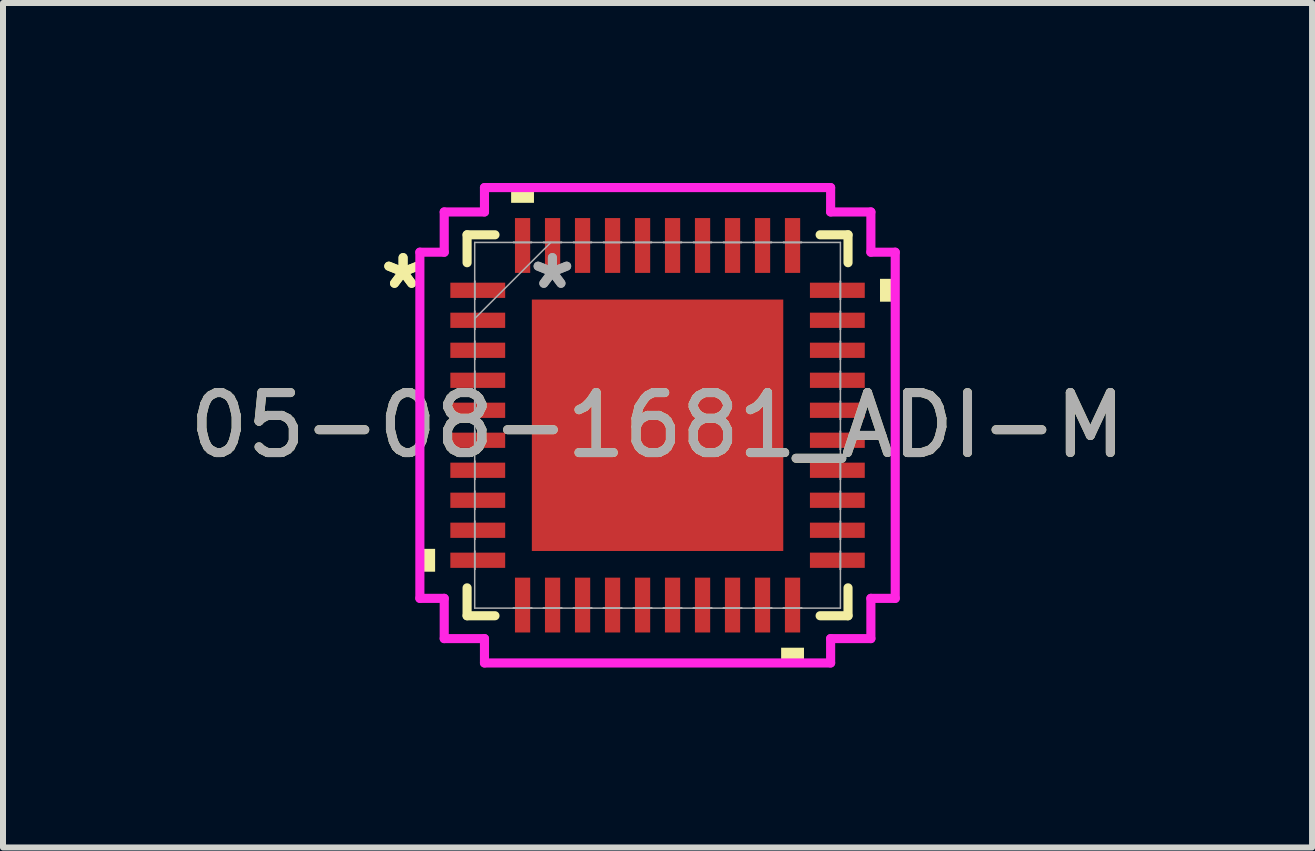
<source format=kicad_pcb>
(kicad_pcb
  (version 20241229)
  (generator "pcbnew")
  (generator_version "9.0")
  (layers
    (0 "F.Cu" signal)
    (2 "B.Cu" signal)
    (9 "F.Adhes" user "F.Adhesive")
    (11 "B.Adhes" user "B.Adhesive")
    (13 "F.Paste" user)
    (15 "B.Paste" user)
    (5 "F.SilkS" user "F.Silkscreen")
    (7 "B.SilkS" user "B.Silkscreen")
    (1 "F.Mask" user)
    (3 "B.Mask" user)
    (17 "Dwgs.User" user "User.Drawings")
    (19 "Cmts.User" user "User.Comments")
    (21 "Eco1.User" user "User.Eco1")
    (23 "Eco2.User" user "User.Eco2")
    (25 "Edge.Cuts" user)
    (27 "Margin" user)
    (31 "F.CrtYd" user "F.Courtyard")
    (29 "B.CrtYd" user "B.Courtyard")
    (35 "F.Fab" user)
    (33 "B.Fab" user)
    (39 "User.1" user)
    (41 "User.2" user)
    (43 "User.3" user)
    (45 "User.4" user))
  (footprint "05-08-1681_ADI-M"
    (layer "F.Cu")
    (at 7.911 4.039)
    (property "Reference" "05-08-1681_ADI-M" (at 0 0 0) (unlocked yes) (layer "F.SilkS") (effects (font (size 1 1) (thickness 0.15))))
    (attr smd)
    (fp_line (start -3.175 -3.175) (end -3.175 -2.71) (stroke (width 0.152) (type solid)) (layer "F.SilkS"))
    (fp_line (start -3.175 2.71) (end -3.175 3.175) (stroke (width 0.152) (type solid)) (layer "F.SilkS"))
    (fp_line (start -3.175 3.175) (end -2.71 3.175) (stroke (width 0.152) (type solid)) (layer "F.SilkS"))
    (fp_line (start -2.71 -3.175) (end -3.175 -3.175) (stroke (width 0.152) (type solid)) (layer "F.SilkS"))
    (fp_line (start 2.71 3.175) (end 3.175 3.175) (stroke (width 0.152) (type solid)) (layer "F.SilkS"))
    (fp_line (start 3.175 -3.175) (end 2.71 -3.175) (stroke (width 0.152) (type solid)) (layer "F.SilkS"))
    (fp_line (start 3.175 -2.71) (end 3.175 -3.175) (stroke (width 0.152) (type solid)) (layer "F.SilkS"))
    (fp_line (start 3.175 3.175) (end 3.175 2.71) (stroke (width 0.152) (type solid)) (layer "F.SilkS"))
    (fp_poly (pts (xy -3.962 2.06) (xy -3.962 2.441) (xy -3.708 2.441) (xy -3.708 2.06)) (stroke (width 0) (type solid)) (fill yes) (layer "F.SilkS"))
    (fp_poly (pts (xy -2.441 -3.708) (xy -2.441 -3.962) (xy -2.06 -3.962) (xy -2.06 -3.708)) (stroke (width 0) (type solid)) (fill yes) (layer "F.SilkS"))
    (fp_poly (pts (xy 2.06 3.708) (xy 2.06 3.962) (xy 2.441 3.962) (xy 2.441 3.708)) (stroke (width 0) (type solid)) (fill yes) (layer "F.SilkS"))
    (fp_poly (pts (xy 3.962 -2.441) (xy 3.962 -2.06) (xy 3.708 -2.06) (xy 3.708 -2.441)) (stroke (width 0) (type solid)) (fill yes) (layer "F.SilkS"))
    (fp_line (start -3.962 -2.885) (end -3.556 -2.885) (stroke (width 0.152) (type solid)) (layer "F.CrtYd"))
    (fp_line (start -3.962 2.885) (end -3.962 -2.885) (stroke (width 0.152) (type solid)) (layer "F.CrtYd"))
    (fp_line (start -3.556 -3.556) (end -2.885 -3.556) (stroke (width 0.152) (type solid)) (layer "F.CrtYd"))
    (fp_line (start -3.556 -2.885) (end -3.556 -3.556) (stroke (width 0.152) (type solid)) (layer "F.CrtYd"))
    (fp_line (start -3.556 2.885) (end -3.962 2.885) (stroke (width 0.152) (type solid)) (layer "F.CrtYd"))
    (fp_line (start -3.556 3.556) (end -3.556 2.885) (stroke (width 0.152) (type solid)) (layer "F.CrtYd"))
    (fp_line (start -2.885 -3.962) (end 2.885 -3.962) (stroke (width 0.152) (type solid)) (layer "F.CrtYd"))
    (fp_line (start -2.885 -3.556) (end -2.885 -3.962) (stroke (width 0.152) (type solid)) (layer "F.CrtYd"))
    (fp_line (start -2.885 3.556) (end -3.556 3.556) (stroke (width 0.152) (type solid)) (layer "F.CrtYd"))
    (fp_line (start -2.885 3.962) (end -2.885 3.556) (stroke (width 0.152) (type solid)) (layer "F.CrtYd"))
    (fp_line (start 2.885 -3.962) (end 2.885 -3.556) (stroke (width 0.152) (type solid)) (layer "F.CrtYd"))
    (fp_line (start 2.885 -3.556) (end 3.556 -3.556) (stroke (width 0.152) (type solid)) (layer "F.CrtYd"))
    (fp_line (start 2.885 3.556) (end 2.885 3.962) (stroke (width 0.152) (type solid)) (layer "F.CrtYd"))
    (fp_line (start 2.885 3.962) (end -2.885 3.962) (stroke (width 0.152) (type solid)) (layer "F.CrtYd"))
    (fp_line (start 3.556 -3.556) (end 3.556 -2.885) (stroke (width 0.152) (type solid)) (layer "F.CrtYd"))
    (fp_line (start 3.556 -2.885) (end 3.962 -2.885) (stroke (width 0.152) (type solid)) (layer "F.CrtYd"))
    (fp_line (start 3.556 2.885) (end 3.556 3.556) (stroke (width 0.152) (type solid)) (layer "F.CrtYd"))
    (fp_line (start 3.556 3.556) (end 2.885 3.556) (stroke (width 0.152) (type solid)) (layer "F.CrtYd"))
    (fp_line (start 3.962 -2.885) (end 3.962 2.885) (stroke (width 0.152) (type solid)) (layer "F.CrtYd"))
    (fp_line (start 3.962 2.885) (end 3.556 2.885) (stroke (width 0.152) (type solid)) (layer "F.CrtYd"))
    (fp_line (start -3.048 -3.048) (end -3.048 3.048) (stroke (width 0.025) (type solid)) (layer "F.Fab"))
    (fp_line (start -3.048 -2.402) (end -3.048 -2.402) (stroke (width 0.025) (type solid)) (layer "F.Fab"))
    (fp_line (start -3.048 -2.402) (end -3.048 -2.098) (stroke (width 0.025) (type solid)) (layer "F.Fab"))
    (fp_line (start -3.048 -2.098) (end -3.048 -2.402) (stroke (width 0.025) (type solid)) (layer "F.Fab"))
    (fp_line (start -3.048 -2.098) (end -3.048 -2.098) (stroke (width 0.025) (type solid)) (layer "F.Fab"))
    (fp_line (start -3.048 -1.902) (end -3.048 -1.902) (stroke (width 0.025) (type solid)) (layer "F.Fab"))
    (fp_line (start -3.048 -1.902) (end -3.048 -1.598) (stroke (width 0.025) (type solid)) (layer "F.Fab"))
    (fp_line (start -3.048 -1.778) (end -1.778 -3.048) (stroke (width 0.025) (type solid)) (layer "F.Fab"))
    (fp_line (start -3.048 -1.598) (end -3.048 -1.902) (stroke (width 0.025) (type solid)) (layer "F.Fab"))
    (fp_line (start -3.048 -1.598) (end -3.048 -1.598) (stroke (width 0.025) (type solid)) (layer "F.Fab"))
    (fp_line (start -3.048 -1.402) (end -3.048 -1.402) (stroke (width 0.025) (type solid)) (layer "F.Fab"))
    (fp_line (start -3.048 -1.402) (end -3.048 -1.098) (stroke (width 0.025) (type solid)) (layer "F.Fab"))
    (fp_line (start -3.048 -1.098) (end -3.048 -1.402) (stroke (width 0.025) (type solid)) (layer "F.Fab"))
    (fp_line (start -3.048 -1.098) (end -3.048 -1.098) (stroke (width 0.025) (type solid)) (layer "F.Fab"))
    (fp_line (start -3.048 -0.902) (end -3.048 -0.902) (stroke (width 0.025) (type solid)) (layer "F.Fab"))
    (fp_line (start -3.048 -0.902) (end -3.048 -0.598) (stroke (width 0.025) (type solid)) (layer "F.Fab"))
    (fp_line (start -3.048 -0.598) (end -3.048 -0.902) (stroke (width 0.025) (type solid)) (layer "F.Fab"))
    (fp_line (start -3.048 -0.598) (end -3.048 -0.598) (stroke (width 0.025) (type solid)) (layer "F.Fab"))
    (fp_line (start -3.048 -0.402) (end -3.048 -0.402) (stroke (width 0.025) (type solid)) (layer "F.Fab"))
    (fp_line (start -3.048 -0.402) (end -3.048 -0.098) (stroke (width 0.025) (type solid)) (layer "F.Fab"))
    (fp_line (start -3.048 -0.098) (end -3.048 -0.402) (stroke (width 0.025) (type solid)) (layer "F.Fab"))
    (fp_line (start -3.048 -0.098) (end -3.048 -0.098) (stroke (width 0.025) (type solid)) (layer "F.Fab"))
    (fp_line (start -3.048 0.098) (end -3.048 0.098) (stroke (width 0.025) (type solid)) (layer "F.Fab"))
    (fp_line (start -3.048 0.098) (end -3.048 0.402) (stroke (width 0.025) (type solid)) (layer "F.Fab"))
    (fp_line (start -3.048 0.402) (end -3.048 0.098) (stroke (width 0.025) (type solid)) (layer "F.Fab"))
    (fp_line (start -3.048 0.402) (end -3.048 0.402) (stroke (width 0.025) (type solid)) (layer "F.Fab"))
    (fp_line (start -3.048 0.598) (end -3.048 0.598) (stroke (width 0.025) (type solid)) (layer "F.Fab"))
    (fp_line (start -3.048 0.598) (end -3.048 0.902) (stroke (width 0.025) (type solid)) (layer "F.Fab"))
    (fp_line (start -3.048 0.902) (end -3.048 0.598) (stroke (width 0.025) (type solid)) (layer "F.Fab"))
    (fp_line (start -3.048 0.902) (end -3.048 0.902) (stroke (width 0.025) (type solid)) (layer "F.Fab"))
    (fp_line (start -3.048 1.098) (end -3.048 1.098) (stroke (width 0.025) (type solid)) (layer "F.Fab"))
    (fp_line (start -3.048 1.098) (end -3.048 1.402) (stroke (width 0.025) (type solid)) (layer "F.Fab"))
    (fp_line (start -3.048 1.402) (end -3.048 1.098) (stroke (width 0.025) (type solid)) (layer "F.Fab"))
    (fp_line (start -3.048 1.402) (end -3.048 1.402) (stroke (width 0.025) (type solid)) (layer "F.Fab"))
    (fp_line (start -3.048 1.598) (end -3.048 1.598) (stroke (width 0.025) (type solid)) (layer "F.Fab"))
    (fp_line (start -3.048 1.598) (end -3.048 1.902) (stroke (width 0.025) (type solid)) (layer "F.Fab"))
    (fp_line (start -3.048 1.902) (end -3.048 1.598) (stroke (width 0.025) (type solid)) (layer "F.Fab"))
    (fp_line (start -3.048 1.902) (end -3.048 1.902) (stroke (width 0.025) (type solid)) (layer "F.Fab"))
    (fp_line (start -3.048 2.098) (end -3.048 2.098) (stroke (width 0.025) (type solid)) (layer "F.Fab"))
    (fp_line (start -3.048 2.098) (end -3.048 2.402) (stroke (width 0.025) (type solid)) (layer "F.Fab"))
    (fp_line (start -3.048 2.402) (end -3.048 2.098) (stroke (width 0.025) (type solid)) (layer "F.Fab"))
    (fp_line (start -3.048 2.402) (end -3.048 2.402) (stroke (width 0.025) (type solid)) (layer "F.Fab"))
    (fp_line (start -3.048 3.048) (end 3.048 3.048) (stroke (width 0.025) (type solid)) (layer "F.Fab"))
    (fp_line (start -2.402 -3.048) (end -2.402 -3.048) (stroke (width 0.025) (type solid)) (layer "F.Fab"))
    (fp_line (start -2.402 -3.048) (end -2.098 -3.048) (stroke (width 0.025) (type solid)) (layer "F.Fab"))
    (fp_line (start -2.402 3.048) (end -2.402 3.048) (stroke (width 0.025) (type solid)) (layer "F.Fab"))
    (fp_line (start -2.402 3.048) (end -2.098 3.048) (stroke (width 0.025) (type solid)) (layer "F.Fab"))
    (fp_line (start -2.098 -3.048) (end -2.402 -3.048) (stroke (width 0.025) (type solid)) (layer "F.Fab"))
    (fp_line (start -2.098 -3.048) (end -2.098 -3.048) (stroke (width 0.025) (type solid)) (layer "F.Fab"))
    (fp_line (start -2.098 3.048) (end -2.402 3.048) (stroke (width 0.025) (type solid)) (layer "F.Fab"))
    (fp_line (start -2.098 3.048) (end -2.098 3.048) (stroke (width 0.025) (type solid)) (layer "F.Fab"))
    (fp_line (start -1.902 -3.048) (end -1.902 -3.048) (stroke (width 0.025) (type solid)) (layer "F.Fab"))
    (fp_line (start -1.902 -3.048) (end -1.598 -3.048) (stroke (width 0.025) (type solid)) (layer "F.Fab"))
    (fp_line (start -1.902 3.048) (end -1.902 3.048) (stroke (width 0.025) (type solid)) (layer "F.Fab"))
    (fp_line (start -1.902 3.048) (end -1.598 3.048) (stroke (width 0.025) (type solid)) (layer "F.Fab"))
    (fp_line (start -1.598 -3.048) (end -1.902 -3.048) (stroke (width 0.025) (type solid)) (layer "F.Fab"))
    (fp_line (start -1.598 -3.048) (end -1.598 -3.048) (stroke (width 0.025) (type solid)) (layer "F.Fab"))
    (fp_line (start -1.598 3.048) (end -1.902 3.048) (stroke (width 0.025) (type solid)) (layer "F.Fab"))
    (fp_line (start -1.598 3.048) (end -1.598 3.048) (stroke (width 0.025) (type solid)) (layer "F.Fab"))
    (fp_line (start -1.402 -3.048) (end -1.402 -3.048) (stroke (width 0.025) (type solid)) (layer "F.Fab"))
    (fp_line (start -1.402 -3.048) (end -1.098 -3.048) (stroke (width 0.025) (type solid)) (layer "F.Fab"))
    (fp_line (start -1.402 3.048) (end -1.402 3.048) (stroke (width 0.025) (type solid)) (layer "F.Fab"))
    (fp_line (start -1.402 3.048) (end -1.098 3.048) (stroke (width 0.025) (type solid)) (layer "F.Fab"))
    (fp_line (start -1.098 -3.048) (end -1.402 -3.048) (stroke (width 0.025) (type solid)) (layer "F.Fab"))
    (fp_line (start -1.098 -3.048) (end -1.098 -3.048) (stroke (width 0.025) (type solid)) (layer "F.Fab"))
    (fp_line (start -1.098 3.048) (end -1.402 3.048) (stroke (width 0.025) (type solid)) (layer "F.Fab"))
    (fp_line (start -1.098 3.048) (end -1.098 3.048) (stroke (width 0.025) (type solid)) (layer "F.Fab"))
    (fp_line (start -0.902 -3.048) (end -0.902 -3.048) (stroke (width 0.025) (type solid)) (layer "F.Fab"))
    (fp_line (start -0.902 -3.048) (end -0.598 -3.048) (stroke (width 0.025) (type solid)) (layer "F.Fab"))
    (fp_line (start -0.902 3.048) (end -0.902 3.048) (stroke (width 0.025) (type solid)) (layer "F.Fab"))
    (fp_line (start -0.902 3.048) (end -0.598 3.048) (stroke (width 0.025) (type solid)) (layer "F.Fab"))
    (fp_line (start -0.598 -3.048) (end -0.902 -3.048) (stroke (width 0.025) (type solid)) (layer "F.Fab"))
    (fp_line (start -0.598 -3.048) (end -0.598 -3.048) (stroke (width 0.025) (type solid)) (layer "F.Fab"))
    (fp_line (start -0.598 3.048) (end -0.902 3.048) (stroke (width 0.025) (type solid)) (layer "F.Fab"))
    (fp_line (start -0.598 3.048) (end -0.598 3.048) (stroke (width 0.025) (type solid)) (layer "F.Fab"))
    (fp_line (start -0.402 -3.048) (end -0.402 -3.048) (stroke (width 0.025) (type solid)) (layer "F.Fab"))
    (fp_line (start -0.402 -3.048) (end -0.098 -3.048) (stroke (width 0.025) (type solid)) (layer "F.Fab"))
    (fp_line (start -0.402 3.048) (end -0.402 3.048) (stroke (width 0.025) (type solid)) (layer "F.Fab"))
    (fp_line (start -0.402 3.048) (end -0.098 3.048) (stroke (width 0.025) (type solid)) (layer "F.Fab"))
    (fp_line (start -0.098 -3.048) (end -0.402 -3.048) (stroke (width 0.025) (type solid)) (layer "F.Fab"))
    (fp_line (start -0.098 -3.048) (end -0.098 -3.048) (stroke (width 0.025) (type solid)) (layer "F.Fab"))
    (fp_line (start -0.098 3.048) (end -0.402 3.048) (stroke (width 0.025) (type solid)) (layer "F.Fab"))
    (fp_line (start -0.098 3.048) (end -0.098 3.048) (stroke (width 0.025) (type solid)) (layer "F.Fab"))
    (fp_line (start 0.098 -3.048) (end 0.098 -3.048) (stroke (width 0.025) (type solid)) (layer "F.Fab"))
    (fp_line (start 0.098 -3.048) (end 0.402 -3.048) (stroke (width 0.025) (type solid)) (layer "F.Fab"))
    (fp_line (start 0.098 3.048) (end 0.098 3.048) (stroke (width 0.025) (type solid)) (layer "F.Fab"))
    (fp_line (start 0.098 3.048) (end 0.402 3.048) (stroke (width 0.025) (type solid)) (layer "F.Fab"))
    (fp_line (start 0.402 -3.048) (end 0.098 -3.048) (stroke (width 0.025) (type solid)) (layer "F.Fab"))
    (fp_line (start 0.402 -3.048) (end 0.402 -3.048) (stroke (width 0.025) (type solid)) (layer "F.Fab"))
    (fp_line (start 0.402 3.048) (end 0.098 3.048) (stroke (width 0.025) (type solid)) (layer "F.Fab"))
    (fp_line (start 0.402 3.048) (end 0.402 3.048) (stroke (width 0.025) (type solid)) (layer "F.Fab"))
    (fp_line (start 0.598 -3.048) (end 0.598 -3.048) (stroke (width 0.025) (type solid)) (layer "F.Fab"))
    (fp_line (start 0.598 -3.048) (end 0.902 -3.048) (stroke (width 0.025) (type solid)) (layer "F.Fab"))
    (fp_line (start 0.598 3.048) (end 0.598 3.048) (stroke (width 0.025) (type solid)) (layer "F.Fab"))
    (fp_line (start 0.598 3.048) (end 0.902 3.048) (stroke (width 0.025) (type solid)) (layer "F.Fab"))
    (fp_line (start 0.902 -3.048) (end 0.598 -3.048) (stroke (width 0.025) (type solid)) (layer "F.Fab"))
    (fp_line (start 0.902 -3.048) (end 0.902 -3.048) (stroke (width 0.025) (type solid)) (layer "F.Fab"))
    (fp_line (start 0.902 3.048) (end 0.598 3.048) (stroke (width 0.025) (type solid)) (layer "F.Fab"))
    (fp_line (start 0.902 3.048) (end 0.902 3.048) (stroke (width 0.025) (type solid)) (layer "F.Fab"))
    (fp_line (start 1.098 -3.048) (end 1.098 -3.048) (stroke (width 0.025) (type solid)) (layer "F.Fab"))
    (fp_line (start 1.098 -3.048) (end 1.402 -3.048) (stroke (width 0.025) (type solid)) (layer "F.Fab"))
    (fp_line (start 1.098 3.048) (end 1.098 3.048) (stroke (width 0.025) (type solid)) (layer "F.Fab"))
    (fp_line (start 1.098 3.048) (end 1.402 3.048) (stroke (width 0.025) (type solid)) (layer "F.Fab"))
    (fp_line (start 1.402 -3.048) (end 1.098 -3.048) (stroke (width 0.025) (type solid)) (layer "F.Fab"))
    (fp_line (start 1.402 -3.048) (end 1.402 -3.048) (stroke (width 0.025) (type solid)) (layer "F.Fab"))
    (fp_line (start 1.402 3.048) (end 1.098 3.048) (stroke (width 0.025) (type solid)) (layer "F.Fab"))
    (fp_line (start 1.402 3.048) (end 1.402 3.048) (stroke (width 0.025) (type solid)) (layer "F.Fab"))
    (fp_line (start 1.598 -3.048) (end 1.598 -3.048) (stroke (width 0.025) (type solid)) (layer "F.Fab"))
    (fp_line (start 1.598 -3.048) (end 1.902 -3.048) (stroke (width 0.025) (type solid)) (layer "F.Fab"))
    (fp_line (start 1.598 3.048) (end 1.598 3.048) (stroke (width 0.025) (type solid)) (layer "F.Fab"))
    (fp_line (start 1.598 3.048) (end 1.902 3.048) (stroke (width 0.025) (type solid)) (layer "F.Fab"))
    (fp_line (start 1.902 -3.048) (end 1.598 -3.048) (stroke (width 0.025) (type solid)) (layer "F.Fab"))
    (fp_line (start 1.902 -3.048) (end 1.902 -3.048) (stroke (width 0.025) (type solid)) (layer "F.Fab"))
    (fp_line (start 1.902 3.048) (end 1.598 3.048) (stroke (width 0.025) (type solid)) (layer "F.Fab"))
    (fp_line (start 1.902 3.048) (end 1.902 3.048) (stroke (width 0.025) (type solid)) (layer "F.Fab"))
    (fp_line (start 2.098 -3.048) (end 2.098 -3.048) (stroke (width 0.025) (type solid)) (layer "F.Fab"))
    (fp_line (start 2.098 -3.048) (end 2.402 -3.048) (stroke (width 0.025) (type solid)) (layer "F.Fab"))
    (fp_line (start 2.098 3.048) (end 2.098 3.048) (stroke (width 0.025) (type solid)) (layer "F.Fab"))
    (fp_line (start 2.098 3.048) (end 2.402 3.048) (stroke (width 0.025) (type solid)) (layer "F.Fab"))
    (fp_line (start 2.402 -3.048) (end 2.098 -3.048) (stroke (width 0.025) (type solid)) (layer "F.Fab"))
    (fp_line (start 2.402 -3.048) (end 2.402 -3.048) (stroke (width 0.025) (type solid)) (layer "F.Fab"))
    (fp_line (start 2.402 3.048) (end 2.098 3.048) (stroke (width 0.025) (type solid)) (layer "F.Fab"))
    (fp_line (start 2.402 3.048) (end 2.402 3.048) (stroke (width 0.025) (type solid)) (layer "F.Fab"))
    (fp_line (start 3.048 -3.048) (end -3.048 -3.048) (stroke (width 0.025) (type solid)) (layer "F.Fab"))
    (fp_line (start 3.048 -2.402) (end 3.048 -2.402) (stroke (width 0.025) (type solid)) (layer "F.Fab"))
    (fp_line (start 3.048 -2.402) (end 3.048 -2.098) (stroke (width 0.025) (type solid)) (layer "F.Fab"))
    (fp_line (start 3.048 -2.098) (end 3.048 -2.402) (stroke (width 0.025) (type solid)) (layer "F.Fab"))
    (fp_line (start 3.048 -2.098) (end 3.048 -2.098) (stroke (width 0.025) (type solid)) (layer "F.Fab"))
    (fp_line (start 3.048 -1.902) (end 3.048 -1.902) (stroke (width 0.025) (type solid)) (layer "F.Fab"))
    (fp_line (start 3.048 -1.902) (end 3.048 -1.598) (stroke (width 0.025) (type solid)) (layer "F.Fab"))
    (fp_line (start 3.048 -1.598) (end 3.048 -1.902) (stroke (width 0.025) (type solid)) (layer "F.Fab"))
    (fp_line (start 3.048 -1.598) (end 3.048 -1.598) (stroke (width 0.025) (type solid)) (layer "F.Fab"))
    (fp_line (start 3.048 -1.402) (end 3.048 -1.402) (stroke (width 0.025) (type solid)) (layer "F.Fab"))
    (fp_line (start 3.048 -1.402) (end 3.048 -1.098) (stroke (width 0.025) (type solid)) (layer "F.Fab"))
    (fp_line (start 3.048 -1.098) (end 3.048 -1.402) (stroke (width 0.025) (type solid)) (layer "F.Fab"))
    (fp_line (start 3.048 -1.098) (end 3.048 -1.098) (stroke (width 0.025) (type solid)) (layer "F.Fab"))
    (fp_line (start 3.048 -0.902) (end 3.048 -0.902) (stroke (width 0.025) (type solid)) (layer "F.Fab"))
    (fp_line (start 3.048 -0.902) (end 3.048 -0.598) (stroke (width 0.025) (type solid)) (layer "F.Fab"))
    (fp_line (start 3.048 -0.598) (end 3.048 -0.902) (stroke (width 0.025) (type solid)) (layer "F.Fab"))
    (fp_line (start 3.048 -0.598) (end 3.048 -0.598) (stroke (width 0.025) (type solid)) (layer "F.Fab"))
    (fp_line (start 3.048 -0.402) (end 3.048 -0.402) (stroke (width 0.025) (type solid)) (layer "F.Fab"))
    (fp_line (start 3.048 -0.402) (end 3.048 -0.098) (stroke (width 0.025) (type solid)) (layer "F.Fab"))
    (fp_line (start 3.048 -0.098) (end 3.048 -0.402) (stroke (width 0.025) (type solid)) (layer "F.Fab"))
    (fp_line (start 3.048 -0.098) (end 3.048 -0.098) (stroke (width 0.025) (type solid)) (layer "F.Fab"))
    (fp_line (start 3.048 0.098) (end 3.048 0.098) (stroke (width 0.025) (type solid)) (layer "F.Fab"))
    (fp_line (start 3.048 0.098) (end 3.048 0.402) (stroke (width 0.025) (type solid)) (layer "F.Fab"))
    (fp_line (start 3.048 0.402) (end 3.048 0.098) (stroke (width 0.025) (type solid)) (layer "F.Fab"))
    (fp_line (start 3.048 0.402) (end 3.048 0.402) (stroke (width 0.025) (type solid)) (layer "F.Fab"))
    (fp_line (start 3.048 0.598) (end 3.048 0.598) (stroke (width 0.025) (type solid)) (layer "F.Fab"))
    (fp_line (start 3.048 0.598) (end 3.048 0.902) (stroke (width 0.025) (type solid)) (layer "F.Fab"))
    (fp_line (start 3.048 0.902) (end 3.048 0.598) (stroke (width 0.025) (type solid)) (layer "F.Fab"))
    (fp_line (start 3.048 0.902) (end 3.048 0.902) (stroke (width 0.025) (type solid)) (layer "F.Fab"))
    (fp_line (start 3.048 1.098) (end 3.048 1.098) (stroke (width 0.025) (type solid)) (layer "F.Fab"))
    (fp_line (start 3.048 1.098) (end 3.048 1.402) (stroke (width 0.025) (type solid)) (layer "F.Fab"))
    (fp_line (start 3.048 1.402) (end 3.048 1.098) (stroke (width 0.025) (type solid)) (layer "F.Fab"))
    (fp_line (start 3.048 1.402) (end 3.048 1.402) (stroke (width 0.025) (type solid)) (layer "F.Fab"))
    (fp_line (start 3.048 1.598) (end 3.048 1.598) (stroke (width 0.025) (type solid)) (layer "F.Fab"))
    (fp_line (start 3.048 1.598) (end 3.048 1.902) (stroke (width 0.025) (type solid)) (layer "F.Fab"))
    (fp_line (start 3.048 1.902) (end 3.048 1.598) (stroke (width 0.025) (type solid)) (layer "F.Fab"))
    (fp_line (start 3.048 1.902) (end 3.048 1.902) (stroke (width 0.025) (type solid)) (layer "F.Fab"))
    (fp_line (start 3.048 2.098) (end 3.048 2.098) (stroke (width 0.025) (type solid)) (layer "F.Fab"))
    (fp_line (start 3.048 2.098) (end 3.048 2.402) (stroke (width 0.025) (type solid)) (layer "F.Fab"))
    (fp_line (start 3.048 2.402) (end 3.048 2.098) (stroke (width 0.025) (type solid)) (layer "F.Fab"))
    (fp_line (start 3.048 2.402) (end 3.048 2.402) (stroke (width 0.025) (type solid)) (layer "F.Fab"))
    (fp_line (start 3.048 3.048) (end 3.048 -3.048) (stroke (width 0.025) (type solid)) (layer "F.Fab"))
    (fp_text user "*" (at -4.242 -2.25 0) (layer "F.SilkS") (effects (font (size 1 1) (thickness 0.15))))
    (fp_text user "*" (at -4.242 -2.25 0) (unlocked yes) (layer "F.SilkS") (effects (font (size 1 1) (thickness 0.15))))
    (fp_text user "*" (at -1.753 -2.25 0) (unlocked yes) (layer "F.Fab") (effects (font (size 1 1) (thickness 0.15))))
    (fp_text user "*" (at -1.753 -2.25 0) (layer "F.Fab") (effects (font (size 1 1) (thickness 0.15))))
    (fp_text user "${REFERENCE}" (at 0 0 0) (unlocked yes) (layer "F.Fab") (effects (font (size 1 1) (thickness 0.15))))
    (pad "1" smd rect (at -2.997 -2.25 90) (size 0.254 0.914) (layers "F.Cu" "F.Mask" "F.Paste"))
    (pad "2" smd rect (at -2.997 -1.75 90) (size 0.254 0.914) (layers "F.Cu" "F.Mask" "F.Paste"))
    (pad "3" smd rect (at -2.997 -1.25 90) (size 0.254 0.914) (layers "F.Cu" "F.Mask" "F.Paste"))
    (pad "4" smd rect (at -2.997 -0.75 90) (size 0.254 0.914) (layers "F.Cu" "F.Mask" "F.Paste"))
    (pad "5" smd rect (at -2.997 -0.25 90) (size 0.254 0.914) (layers "F.Cu" "F.Mask" "F.Paste"))
    (pad "6" smd rect (at -2.997 0.25 90) (size 0.254 0.914) (layers "F.Cu" "F.Mask" "F.Paste"))
    (pad "7" smd rect (at -2.997 0.75 90) (size 0.254 0.914) (layers "F.Cu" "F.Mask" "F.Paste"))
    (pad "8" smd rect (at -2.997 1.25 90) (size 0.254 0.914) (layers "F.Cu" "F.Mask" "F.Paste"))
    (pad "9" smd rect (at -2.997 1.75 90) (size 0.254 0.914) (layers "F.Cu" "F.Mask" "F.Paste"))
    (pad "10" smd rect (at -2.997 2.25 90) (size 0.254 0.914) (layers "F.Cu" "F.Mask" "F.Paste"))
    (pad "11" smd rect (at -2.25 2.997) (size 0.254 0.914) (layers "F.Cu" "F.Mask" "F.Paste"))
    (pad "12" smd rect (at -1.75 2.997) (size 0.254 0.914) (layers "F.Cu" "F.Mask" "F.Paste"))
    (pad "13" smd rect (at -1.25 2.997) (size 0.254 0.914) (layers "F.Cu" "F.Mask" "F.Paste"))
    (pad "14" smd rect (at -0.75 2.997) (size 0.254 0.914) (layers "F.Cu" "F.Mask" "F.Paste"))
    (pad "15" smd rect (at -0.25 2.997) (size 0.254 0.914) (layers "F.Cu" "F.Mask" "F.Paste"))
    (pad "16" smd rect (at 0.25 2.997) (size 0.254 0.914) (layers "F.Cu" "F.Mask" "F.Paste"))
    (pad "17" smd rect (at 0.75 2.997) (size 0.254 0.914) (layers "F.Cu" "F.Mask" "F.Paste"))
    (pad "18" smd rect (at 1.25 2.997) (size 0.254 0.914) (layers "F.Cu" "F.Mask" "F.Paste"))
    (pad "19" smd rect (at 1.75 2.997) (size 0.254 0.914) (layers "F.Cu" "F.Mask" "F.Paste"))
    (pad "20" smd rect (at 2.25 2.997) (size 0.254 0.914) (layers "F.Cu" "F.Mask" "F.Paste"))
    (pad "21" smd rect (at 2.997 2.25 90) (size 0.254 0.914) (layers "F.Cu" "F.Mask" "F.Paste"))
    (pad "22" smd rect (at 2.997 1.75 90) (size 0.254 0.914) (layers "F.Cu" "F.Mask" "F.Paste"))
    (pad "23" smd rect (at 2.997 1.25 90) (size 0.254 0.914) (layers "F.Cu" "F.Mask" "F.Paste"))
    (pad "24" smd rect (at 2.997 0.75 90) (size 0.254 0.914) (layers "F.Cu" "F.Mask" "F.Paste"))
    (pad "25" smd rect (at 2.997 0.25 90) (size 0.254 0.914) (layers "F.Cu" "F.Mask" "F.Paste"))
    (pad "26" smd rect (at 2.997 -0.25 90) (size 0.254 0.914) (layers "F.Cu" "F.Mask" "F.Paste"))
    (pad "27" smd rect (at 2.997 -0.75 90) (size 0.254 0.914) (layers "F.Cu" "F.Mask" "F.Paste"))
    (pad "28" smd rect (at 2.997 -1.25 90) (size 0.254 0.914) (layers "F.Cu" "F.Mask" "F.Paste"))
    (pad "29" smd rect (at 2.997 -1.75 90) (size 0.254 0.914) (layers "F.Cu" "F.Mask" "F.Paste"))
    (pad "30" smd rect (at 2.997 -2.25 90) (size 0.254 0.914) (layers "F.Cu" "F.Mask" "F.Paste"))
    (pad "31" smd rect (at 2.25 -2.997) (size 0.254 0.914) (layers "F.Cu" "F.Mask" "F.Paste"))
    (pad "32" smd rect (at 1.75 -2.997) (size 0.254 0.914) (layers "F.Cu" "F.Mask" "F.Paste"))
    (pad "33" smd rect (at 1.25 -2.997) (size 0.254 0.914) (layers "F.Cu" "F.Mask" "F.Paste"))
    (pad "34" smd rect (at 0.75 -2.997) (size 0.254 0.914) (layers "F.Cu" "F.Mask" "F.Paste"))
    (pad "35" smd rect (at 0.25 -2.997) (size 0.254 0.914) (layers "F.Cu" "F.Mask" "F.Paste"))
    (pad "36" smd rect (at -0.25 -2.997) (size 0.254 0.914) (layers "F.Cu" "F.Mask" "F.Paste"))
    (pad "37" smd rect (at -0.75 -2.997) (size 0.254 0.914) (layers "F.Cu" "F.Mask" "F.Paste"))
    (pad "38" smd rect (at -1.25 -2.997) (size 0.254 0.914) (layers "F.Cu" "F.Mask" "F.Paste"))
    (pad "39" smd rect (at -1.75 -2.997) (size 0.254 0.914) (layers "F.Cu" "F.Mask" "F.Paste"))
    (pad "40" smd rect (at -2.25 -2.997) (size 0.254 0.914) (layers "F.Cu" "F.Mask" "F.Paste"))
    (pad "41" smd rect (at 0 0) (size 4.191 4.191) (layers "F.Cu" "F.Mask" "F.Paste")))
  (gr_rect
    (start -3 -3)
    (end 18.821 11.077)
    (stroke (width 0.1) (type default))
    (fill no)
    (layer "Edge.Cuts")))
</source>
